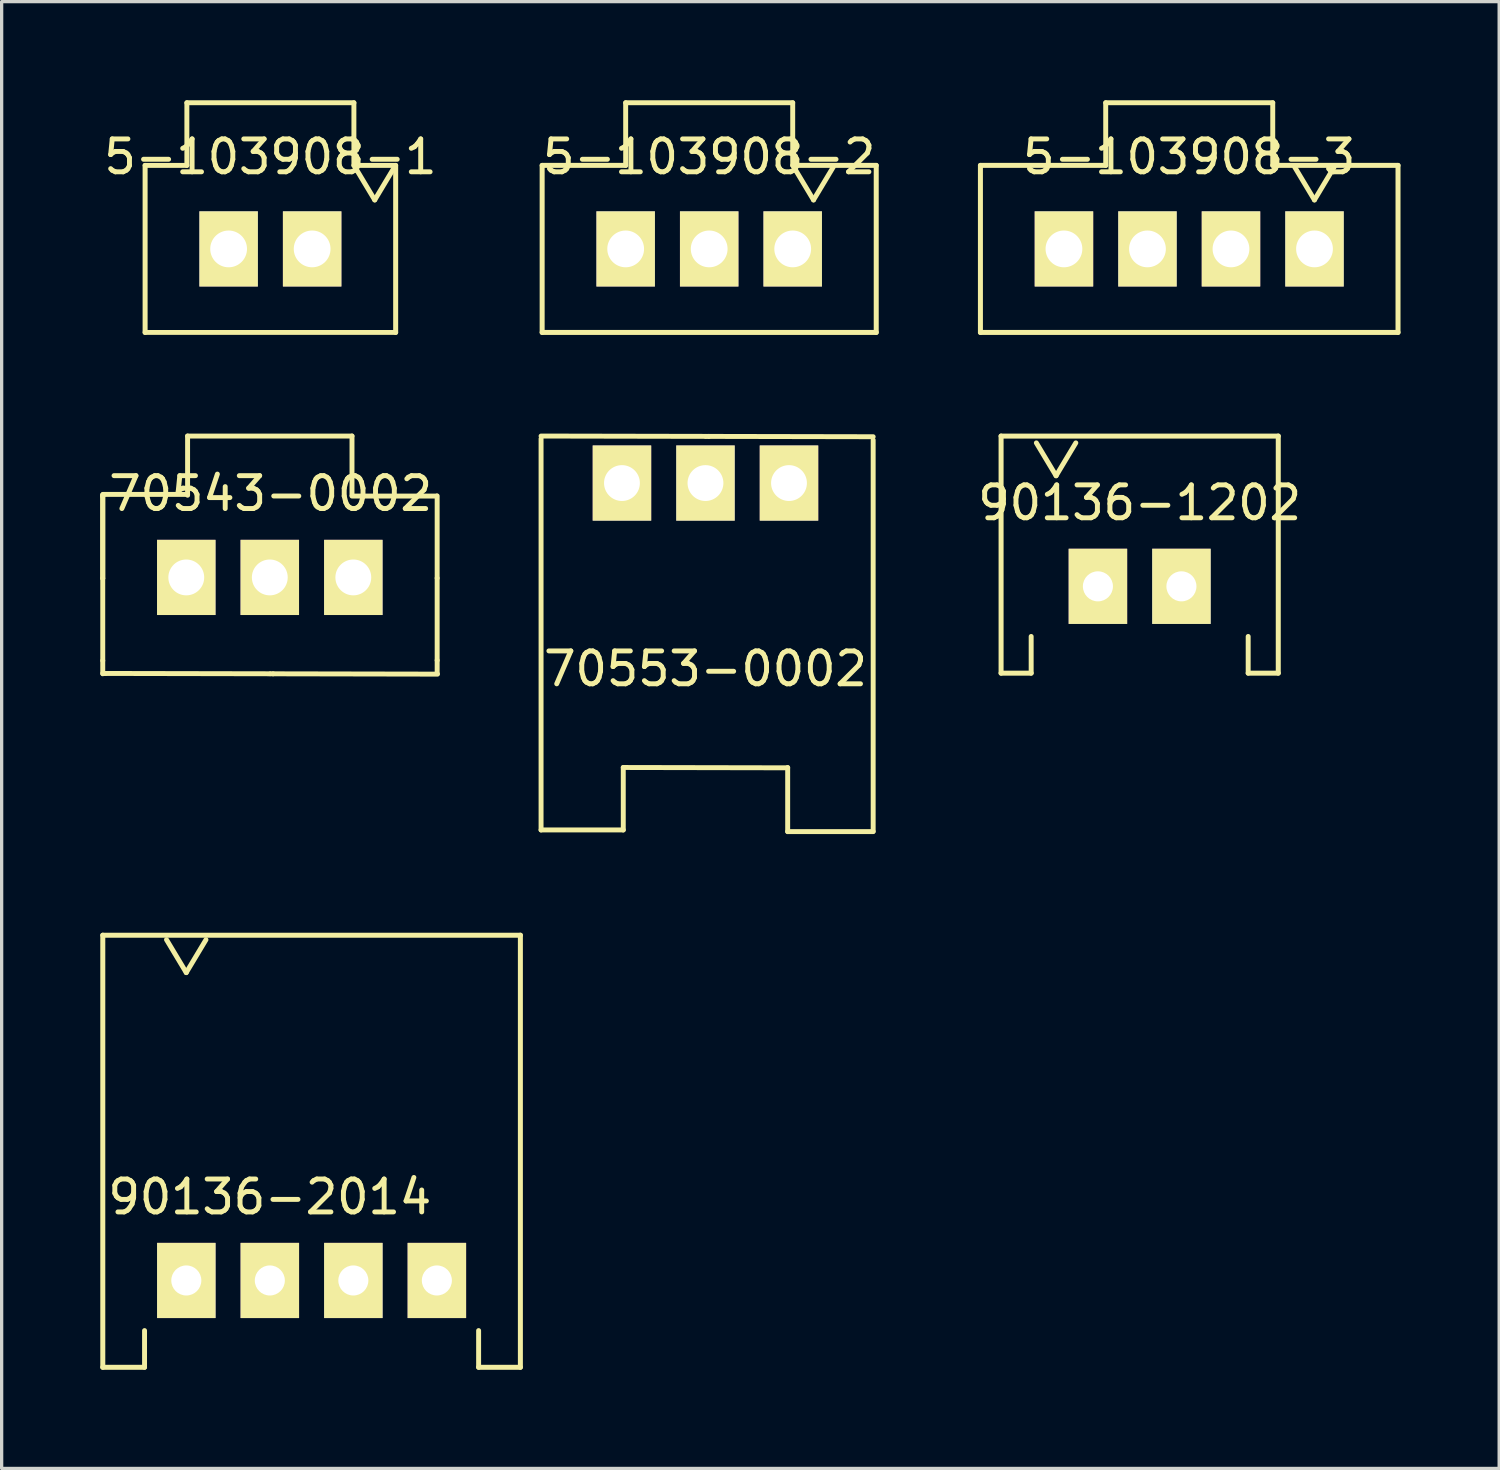
<source format=kicad_pcb>
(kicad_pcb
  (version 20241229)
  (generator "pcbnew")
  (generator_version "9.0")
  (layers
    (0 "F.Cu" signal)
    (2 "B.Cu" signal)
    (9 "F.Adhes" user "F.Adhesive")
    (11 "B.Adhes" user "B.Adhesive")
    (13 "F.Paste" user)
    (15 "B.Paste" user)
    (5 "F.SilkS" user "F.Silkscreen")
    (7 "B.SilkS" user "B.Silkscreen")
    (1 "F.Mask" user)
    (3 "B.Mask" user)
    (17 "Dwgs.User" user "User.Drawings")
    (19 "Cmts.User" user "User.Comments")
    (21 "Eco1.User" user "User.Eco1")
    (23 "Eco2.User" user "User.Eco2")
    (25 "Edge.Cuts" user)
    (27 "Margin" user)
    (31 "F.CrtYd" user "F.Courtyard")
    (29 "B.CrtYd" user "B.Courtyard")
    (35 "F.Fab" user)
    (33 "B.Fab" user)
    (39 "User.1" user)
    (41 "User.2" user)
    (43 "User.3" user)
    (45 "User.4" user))
  (footprint "90136-1202"
    (layer "F.Cu")
    (at 31.61 14.782)
    (property "Reference" "90136-1202" (at 0 -2.54 0) (layer "F.SilkS") (effects (font (size 1 1) (thickness 0.15))))
    (attr through_hole)
    (fp_line (start -4.215 2.64) (end -4.215 -4.57) (stroke (width 0.152) (type solid)) (layer "F.SilkS"))
    (fp_line (start -4.215 2.64) (end -3.3 2.64) (stroke (width 0.152) (type solid)) (layer "F.SilkS"))
    (fp_line (start -3.3 2.64) (end -3.3 1.524) (stroke (width 0.15) (type solid)) (layer "F.SilkS"))
    (fp_line (start -2.542 -3.363) (end -3.142 -4.363) (stroke (width 0.15) (type solid)) (layer "F.SilkS"))
    (fp_line (start -2.542 -3.363) (end -1.942 -4.363) (stroke (width 0.15) (type solid)) (layer "F.SilkS"))
    (fp_line (start 3.3 2.64) (end 3.3 1.524) (stroke (width 0.15) (type solid)) (layer "F.SilkS"))
    (fp_line (start 4.215 -4.57) (end -4.215 -4.57) (stroke (width 0.152) (type solid)) (layer "F.SilkS"))
    (fp_line (start 4.215 2.64) (end 3.3 2.64) (stroke (width 0.152) (type solid)) (layer "F.SilkS"))
    (fp_line (start 4.215 2.64) (end 4.215 -4.57) (stroke (width 0.152) (type solid)) (layer "F.SilkS"))
    (pad "1" thru_hole rect (at -1.27 0) (size 1.778 2.286) (drill 0.914) (layers "*.Cu" "*.Mask" "F.SilkS"))
    (pad "2" thru_hole rect (at 1.27 0) (size 1.778 2.286) (drill 0.914) (layers "*.Cu" "*.Mask" "F.SilkS")))
  (footprint "5-103908-2"
    (layer "F.Cu")
    (at 18.518 4.52)
    (property "Reference" "5-103908-2" (at 0 -2.8 0) (layer "F.SilkS") (effects (font (size 1 1) (thickness 0.15))))
    (attr through_hole)
    (fp_line (start -5.08 -2.54) (end -2.54 -2.54) (stroke (width 0.152) (type solid)) (layer "F.SilkS"))
    (fp_line (start -5.08 2.54) (end -5.08 -2.54) (stroke (width 0.152) (type solid)) (layer "F.SilkS"))
    (fp_line (start -5.08 2.54) (end 5.08 2.54) (stroke (width 0.152) (type solid)) (layer "F.SilkS"))
    (fp_line (start -2.54 -4.445) (end 2.54 -4.445) (stroke (width 0.15) (type solid)) (layer "F.SilkS"))
    (fp_line (start -2.54 -2.54) (end -2.54 -4.445) (stroke (width 0.15) (type solid)) (layer "F.SilkS"))
    (fp_line (start 2.54 -4.445) (end 2.54 -2.54) (stroke (width 0.15) (type solid)) (layer "F.SilkS"))
    (fp_line (start 2.54 -2.54) (end 5.08 -2.54) (stroke (width 0.152) (type solid)) (layer "F.SilkS"))
    (fp_line (start 3.173 -1.489) (end 2.573 -2.489) (stroke (width 0.15) (type solid)) (layer "F.SilkS"))
    (fp_line (start 3.173 -1.489) (end 3.773 -2.489) (stroke (width 0.15) (type solid)) (layer "F.SilkS"))
    (fp_line (start 5.08 2.54) (end 5.08 -2.54) (stroke (width 0.152) (type solid)) (layer "F.SilkS"))
    (pad "1" thru_hole rect (at 2.54 0) (size 1.778 2.286) (drill 1.118) (layers "*.Cu" "*.Mask" "F.SilkS"))
    (pad "2" thru_hole rect (at 0 0) (size 1.778 2.286) (drill 1.118) (layers "*.Cu" "*.Mask" "F.SilkS"))
    (pad "3" thru_hole rect (at -2.54 0) (size 1.778 2.286) (drill 1.118) (layers "*.Cu" "*.Mask" "F.SilkS")))
  (footprint "5-103908-1"
    (layer "F.Cu")
    (at 5.173 4.52)
    (property "Reference" "5-103908-1" (at 0 -2.8 0) (layer "F.SilkS") (effects (font (size 1 1) (thickness 0.15))))
    (attr through_hole)
    (fp_line (start -3.81 -2.54) (end -2.54 -2.54) (stroke (width 0.15) (type solid)) (layer "F.SilkS"))
    (fp_line (start -3.81 2.54) (end -3.81 -2.54) (stroke (width 0.152) (type solid)) (layer "F.SilkS"))
    (fp_line (start -3.81 2.54) (end 3.81 2.54) (stroke (width 0.15) (type solid)) (layer "F.SilkS"))
    (fp_line (start -2.54 -4.445) (end 2.54 -4.445) (stroke (width 0.15) (type solid)) (layer "F.SilkS"))
    (fp_line (start -2.54 -2.54) (end -2.54 -4.445) (stroke (width 0.15) (type solid)) (layer "F.SilkS"))
    (fp_line (start 2.54 -4.445) (end 2.54 -2.54) (stroke (width 0.15) (type solid)) (layer "F.SilkS"))
    (fp_line (start 2.54 -2.54) (end 3.81 -2.54) (stroke (width 0.15) (type solid)) (layer "F.SilkS"))
    (fp_line (start 3.173 -1.489) (end 2.573 -2.489) (stroke (width 0.15) (type solid)) (layer "F.SilkS"))
    (fp_line (start 3.173 -1.489) (end 3.773 -2.489) (stroke (width 0.15) (type solid)) (layer "F.SilkS"))
    (fp_line (start 3.81 2.54) (end 3.81 -2.54) (stroke (width 0.152) (type solid)) (layer "F.SilkS"))
    (pad "1" thru_hole rect (at 1.27 0) (size 1.778 2.286) (drill 1.118) (layers "*.Cu" "*.Mask" "F.SilkS"))
    (pad "2" thru_hole rect (at -1.27 0) (size 1.778 2.286) (drill 1.118) (layers "*.Cu" "*.Mask" "F.SilkS")))
  (footprint "5-103908-3"
    (layer "F.Cu")
    (at 33.117 4.52)
    (property "Reference" "5-103908-3" (at 0 -2.8 0) (layer "F.SilkS") (effects (font (size 1 1) (thickness 0.15))))
    (attr through_hole)
    (fp_line (start -6.35 -2.54) (end -2.54 -2.54) (stroke (width 0.152) (type solid)) (layer "F.SilkS"))
    (fp_line (start -6.35 2.54) (end -6.35 -2.54) (stroke (width 0.152) (type solid)) (layer "F.SilkS"))
    (fp_line (start -6.35 2.54) (end 6.35 2.54) (stroke (width 0.152) (type solid)) (layer "F.SilkS"))
    (fp_line (start -2.54 -4.445) (end 2.54 -4.445) (stroke (width 0.15) (type solid)) (layer "F.SilkS"))
    (fp_line (start -2.54 -2.54) (end -2.54 -4.445) (stroke (width 0.15) (type solid)) (layer "F.SilkS"))
    (fp_line (start 2.54 -4.445) (end 2.54 -2.54) (stroke (width 0.15) (type solid)) (layer "F.SilkS"))
    (fp_line (start 2.54 -2.54) (end 6.35 -2.54) (stroke (width 0.152) (type solid)) (layer "F.SilkS"))
    (fp_line (start 3.808 -1.489) (end 3.208 -2.489) (stroke (width 0.15) (type solid)) (layer "F.SilkS"))
    (fp_line (start 3.808 -1.489) (end 4.408 -2.489) (stroke (width 0.15) (type solid)) (layer "F.SilkS"))
    (fp_line (start 6.35 2.54) (end 6.35 -2.54) (stroke (width 0.152) (type solid)) (layer "F.SilkS"))
    (pad "1" thru_hole rect (at 3.81 0) (size 1.778 2.286) (drill 1.118) (layers "*.Cu" "*.Mask" "F.SilkS"))
    (pad "2" thru_hole rect (at 1.27 0) (size 1.778 2.286) (drill 1.118) (layers "*.Cu" "*.Mask" "F.SilkS"))
    (pad "3" thru_hole rect (at -1.27 0) (size 1.778 2.286) (drill 1.118) (layers "*.Cu" "*.Mask" "F.SilkS"))
    (pad "4" thru_hole rect (at -3.81 0) (size 1.778 2.286) (drill 1.118) (layers "*.Cu" "*.Mask" "F.SilkS")))
  (footprint "70553-0002"
    (layer "F.Cu")
    (at 18.405 19.291)
    (property "Reference" "70553-0002" (at 0 -2 0) (layer "F.SilkS") (effects (font (size 1 1) (thickness 0.15))))
    (attr through_hole)
    (fp_line (start -5 2.9) (end -5 -9) (stroke (width 0.15) (type solid)) (layer "F.SilkS"))
    (fp_line (start -2.5 1) (end -2.5 2.9) (stroke (width 0.15) (type solid)) (layer "F.SilkS"))
    (fp_line (start -2.5 2.9) (end -5 2.9) (stroke (width 0.15) (type solid)) (layer "F.SilkS"))
    (fp_line (start 0 -9.07) (end -5 -9.08) (stroke (width 0.15) (type solid)) (layer "F.SilkS"))
    (fp_line (start 0.1 -9.069) (end 0.02 -9.069) (stroke (width 0.15) (type solid)) (layer "F.SilkS"))
    (fp_line (start 2.5 1) (end 2.5 2.95) (stroke (width 0.15) (type solid)) (layer "F.SilkS"))
    (fp_line (start 2.5 1.01) (end -2.5 1) (stroke (width 0.15) (type solid)) (layer "F.SilkS"))
    (fp_line (start 2.5 2.95) (end 5.1 2.95) (stroke (width 0.15) (type solid)) (layer "F.SilkS"))
    (fp_line (start 5.1 -9.059) (end 0.1 -9.069) (stroke (width 0.15) (type solid)) (layer "F.SilkS"))
    (fp_line (start 5.1 2.941) (end 5.1 -8.959) (stroke (width 0.15) (type solid)) (layer "F.SilkS"))
    (pad "1" thru_hole rect (at 2.54 -7.65) (size 1.778 2.286) (drill 1.09) (layers "*.Cu" "*.Mask" "F.SilkS"))
    (pad "2" thru_hole rect (at 0 -7.65) (size 1.778 2.286) (drill 1.09) (layers "*.Cu" "*.Mask" "F.SilkS"))
    (pad "3" thru_hole rect (at -2.54 -7.65) (size 1.778 2.286) (drill 1.09) (layers "*.Cu" "*.Mask" "F.SilkS")))
  (footprint "90136-2014"
    (layer "F.Cu")
    (at 5.156 35.892)
    (property "Reference" "90136-2014" (at 0 -2.54 0) (layer "F.SilkS") (effects (font (size 1 1) (thickness 0.15))))
    (attr through_hole)
    (fp_line (start -5.08 -10.5) (end 7.62 -10.5) (stroke (width 0.152) (type solid)) (layer "F.SilkS"))
    (fp_line (start -5.08 2.64) (end -5.08 -10.5) (stroke (width 0.152) (type solid)) (layer "F.SilkS"))
    (fp_line (start -5.08 2.64) (end -3.81 2.64) (stroke (width 0.152) (type solid)) (layer "F.SilkS"))
    (fp_line (start -3.81 2.64) (end -3.81 1.524) (stroke (width 0.15) (type solid)) (layer "F.SilkS"))
    (fp_line (start -2.542 -9.363) (end -3.142 -10.363) (stroke (width 0.15) (type solid)) (layer "F.SilkS"))
    (fp_line (start -2.542 -9.363) (end -1.942 -10.363) (stroke (width 0.15) (type solid)) (layer "F.SilkS"))
    (fp_line (start 6.35 2.64) (end 6.35 1.524) (stroke (width 0.15) (type solid)) (layer "F.SilkS"))
    (fp_line (start 6.35 2.64) (end 7.62 2.64) (stroke (width 0.152) (type solid)) (layer "F.SilkS"))
    (fp_line (start 7.62 2.64) (end 7.62 -10.5) (stroke (width 0.152) (type solid)) (layer "F.SilkS"))
    (pad "1" thru_hole rect (at -2.54 0) (size 1.778 2.286) (drill 0.914) (layers "*.Cu" "*.Mask" "F.SilkS"))
    (pad "2" thru_hole rect (at 0 0) (size 1.778 2.286) (drill 0.914) (layers "*.Cu" "*.Mask" "F.SilkS"))
    (pad "3" thru_hole rect (at 2.54 0) (size 1.778 2.286) (drill 0.914) (layers "*.Cu" "*.Mask" "F.SilkS"))
    (pad "4" thru_hole rect (at 5.08 0) (size 1.778 2.286) (drill 0.914) (layers "*.Cu" "*.Mask" "F.SilkS")))
  (footprint "70543-0002"
    (layer "F.Cu")
    (at 5.155 14.511)
    (property "Reference" "70543-0002" (at 0.025 -2.55 0) (layer "F.SilkS") (effects (font (size 1 1) (thickness 0.15))))
    (attr through_hole)
    (fp_line (start -5.08 -2.47) (end -5.08 -2.51) (stroke (width 0.15) (type solid)) (layer "F.SilkS"))
    (fp_line (start -5.08 -2.47) (end -5.08 -2.51) (stroke (width 0.15) (type solid)) (layer "F.SilkS"))
    (fp_line (start -5.08 0.03) (end -5.08 -2.47) (stroke (width 0.15) (type solid)) (layer "F.SilkS"))
    (fp_line (start -5.08 0.03) (end -5.08 -2.47) (stroke (width 0.15) (type solid)) (layer "F.SilkS"))
    (fp_line (start -5.08 0.03) (end -5.08 2.53) (stroke (width 0.15) (type solid)) (layer "F.SilkS"))
    (fp_line (start -5.08 2.53) (end -5.08 2.93) (stroke (width 0.15) (type solid)) (layer "F.SilkS"))
    (fp_line (start -5.075 -2.525) (end -2.5 -2.525) (stroke (width 0.15) (type solid)) (layer "F.SilkS"))
    (fp_line (start -5 2.92) (end -5.08 2.92) (stroke (width 0.15) (type solid)) (layer "F.SilkS"))
    (fp_line (start -2.5 -2.5) (end -2.5 -4.3) (stroke (width 0.15) (type solid)) (layer "F.SilkS"))
    (fp_line (start 0 2.93) (end -5 2.92) (stroke (width 0.15) (type solid)) (layer "F.SilkS"))
    (fp_line (start 0.1 2.931) (end 0.02 2.931) (stroke (width 0.15) (type solid)) (layer "F.SilkS"))
    (fp_line (start 2.5 -4.3) (end -2.5 -4.3) (stroke (width 0.15) (type solid)) (layer "F.SilkS"))
    (fp_line (start 2.5 -2.5) (end 2.5 -4.3) (stroke (width 0.15) (type solid)) (layer "F.SilkS"))
    (fp_line (start 5.075 -2.475) (end 2.5 -2.475) (stroke (width 0.15) (type solid)) (layer "F.SilkS"))
    (fp_line (start 5.09 0.021) (end 5.09 -2.479) (stroke (width 0.15) (type solid)) (layer "F.SilkS"))
    (fp_line (start 5.09 0.021) (end 5.09 2.521) (stroke (width 0.15) (type solid)) (layer "F.SilkS"))
    (fp_line (start 5.09 2.521) (end 5.09 2.921) (stroke (width 0.15) (type solid)) (layer "F.SilkS"))
    (fp_line (start 5.1 2.941) (end 0.1 2.931) (stroke (width 0.15) (type solid)) (layer "F.SilkS"))
    (pad "1" thru_hole rect (at 2.54 0) (size 1.778 2.286) (drill 1.09) (layers "*.Cu" "*.Mask" "F.SilkS"))
    (pad "2" thru_hole rect (at 0 0) (size 1.778 2.286) (drill 1.09) (layers "*.Cu" "*.Mask" "F.SilkS"))
    (pad "3" thru_hole rect (at -2.54 0) (size 1.778 2.286) (drill 1.09) (layers "*.Cu" "*.Mask" "F.SilkS")))
  (gr_rect
    (start -3 -3)
    (end 42.543 41.609)
    (stroke (width 0.1) (type default))
    (fill no)
    (layer "Edge.Cuts")))
</source>
